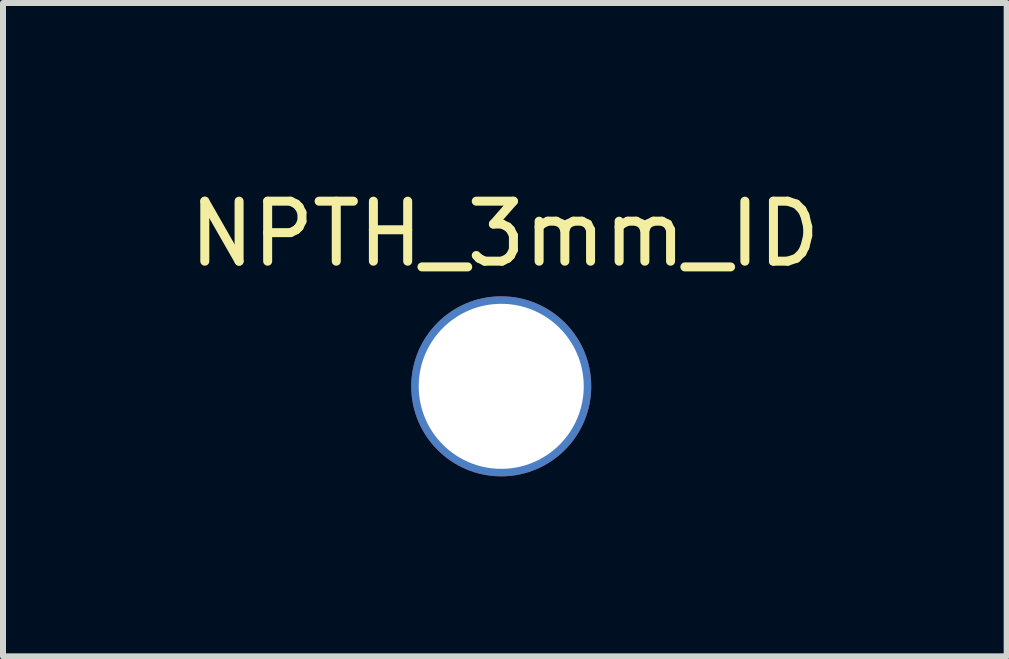
<source format=kicad_pcb>
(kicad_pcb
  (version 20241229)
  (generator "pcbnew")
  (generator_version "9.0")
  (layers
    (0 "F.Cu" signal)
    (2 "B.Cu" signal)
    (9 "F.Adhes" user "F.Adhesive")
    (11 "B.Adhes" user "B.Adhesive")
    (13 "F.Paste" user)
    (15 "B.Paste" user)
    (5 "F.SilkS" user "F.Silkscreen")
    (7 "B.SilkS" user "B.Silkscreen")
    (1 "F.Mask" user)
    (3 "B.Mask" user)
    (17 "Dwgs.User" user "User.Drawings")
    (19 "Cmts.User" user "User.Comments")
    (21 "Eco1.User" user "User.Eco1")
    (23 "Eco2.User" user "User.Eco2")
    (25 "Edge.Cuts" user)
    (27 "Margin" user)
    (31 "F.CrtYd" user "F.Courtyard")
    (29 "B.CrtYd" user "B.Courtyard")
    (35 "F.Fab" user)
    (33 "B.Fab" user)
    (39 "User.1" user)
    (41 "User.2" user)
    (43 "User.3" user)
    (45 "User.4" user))
  (footprint "NPTH_3mm_ID"
    (layer "F.Cu")
    (at 5.303 3.388)
    (property "Reference" "NPTH_3mm_ID" (at 0.06 -2.54 0) (layer "F.SilkS") (effects (font (size 1 1) (thickness 0.15))))
    (attr through_hole)
    (pad "" np_thru_hole circle (at 0 0) (size 3 3) (drill 2.75) (layers "*.Cu" "*.Mask")))
  (gr_rect
    (start -3 -3)
    (end 13.726 7.888)
    (stroke (width 0.1) (type default))
    (fill no)
    (layer "Edge.Cuts")))
</source>
